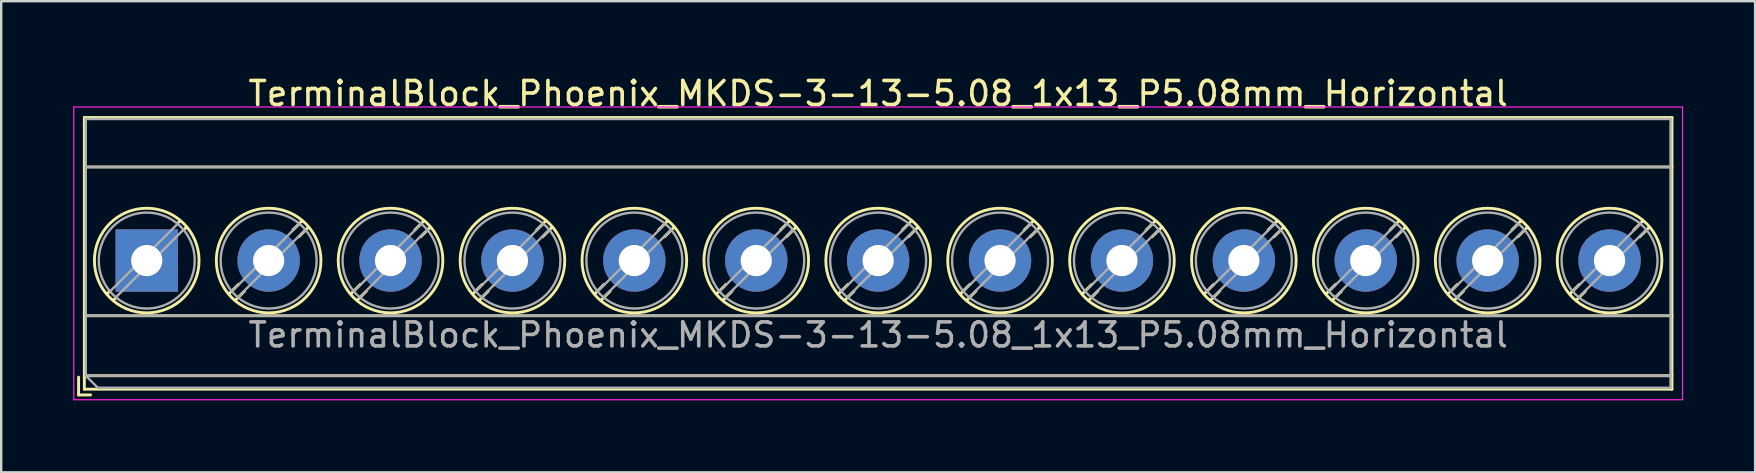
<source format=kicad_pcb>
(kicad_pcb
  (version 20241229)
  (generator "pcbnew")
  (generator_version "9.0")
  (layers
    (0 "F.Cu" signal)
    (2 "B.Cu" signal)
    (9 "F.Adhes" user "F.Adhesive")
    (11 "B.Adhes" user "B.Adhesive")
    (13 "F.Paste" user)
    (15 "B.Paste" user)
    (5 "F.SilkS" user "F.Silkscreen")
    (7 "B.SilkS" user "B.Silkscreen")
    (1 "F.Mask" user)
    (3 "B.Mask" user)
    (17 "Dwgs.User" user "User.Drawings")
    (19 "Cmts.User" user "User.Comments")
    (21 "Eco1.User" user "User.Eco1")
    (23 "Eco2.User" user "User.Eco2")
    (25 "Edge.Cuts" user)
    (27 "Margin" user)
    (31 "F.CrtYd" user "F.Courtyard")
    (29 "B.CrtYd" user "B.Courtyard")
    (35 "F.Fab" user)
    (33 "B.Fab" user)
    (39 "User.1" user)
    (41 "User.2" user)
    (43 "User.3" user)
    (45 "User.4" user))
  (footprint "TerminalBlock_Phoenix_MKDS-3-13-5.08_1x13_P5.08mm_Horizontal"
    (layer "F.Cu")
    (at 3.065 7.808)
    (property "Reference" "TerminalBlock_Phoenix_MKDS-3-13-5.08_1x13_P5.08mm_Horizontal" (at 30.48 -6.96 0) (layer "F.SilkS") (effects (font (size 1 1) (thickness 0.15))))
    (attr through_hole)
    (fp_line (start -2.84 4.86) (end -2.84 5.6) (stroke (width 0.12) (type solid)) (layer "F.SilkS"))
    (fp_line (start -2.84 5.6) (end -2.34 5.6) (stroke (width 0.12) (type solid)) (layer "F.SilkS"))
    (fp_line (start -2.6 -5.96) (end -2.6 5.36) (stroke (width 0.12) (type solid)) (layer "F.SilkS"))
    (fp_line (start -2.6 -5.96) (end 63.561 -5.96) (stroke (width 0.12) (type solid)) (layer "F.SilkS"))
    (fp_line (start -2.6 -3.9) (end 63.561 -3.9) (stroke (width 0.12) (type solid)) (layer "F.SilkS"))
    (fp_line (start -2.6 2.3) (end 63.561 2.3) (stroke (width 0.12) (type solid)) (layer "F.SilkS"))
    (fp_line (start -2.6 4.8) (end 63.561 4.8) (stroke (width 0.12) (type solid)) (layer "F.SilkS"))
    (fp_line (start -2.6 5.36) (end 63.561 5.36) (stroke (width 0.12) (type solid)) (layer "F.SilkS"))
    (fp_line (start -1.548 1.281) (end -1.654 1.388) (stroke (width 0.12) (type solid)) (layer "F.SilkS"))
    (fp_line (start -1.282 1.547) (end -1.388 1.654) (stroke (width 0.12) (type solid)) (layer "F.SilkS"))
    (fp_line (start 1.388 -1.654) (end 1.281 -1.547) (stroke (width 0.12) (type solid)) (layer "F.SilkS"))
    (fp_line (start 1.654 -1.388) (end 1.547 -1.281) (stroke (width 0.12) (type solid)) (layer "F.SilkS"))
    (fp_line (start 3.822 0.992) (end 3.427 1.388) (stroke (width 0.12) (type solid)) (layer "F.SilkS"))
    (fp_line (start 4.073 1.274) (end 3.693 1.654) (stroke (width 0.12) (type solid)) (layer "F.SilkS"))
    (fp_line (start 6.468 -1.654) (end 6.088 -1.274) (stroke (width 0.12) (type solid)) (layer "F.SilkS"))
    (fp_line (start 6.734 -1.388) (end 6.339 -0.992) (stroke (width 0.12) (type solid)) (layer "F.SilkS"))
    (fp_line (start 8.902 0.992) (end 8.507 1.388) (stroke (width 0.12) (type solid)) (layer "F.SilkS"))
    (fp_line (start 9.153 1.274) (end 8.773 1.654) (stroke (width 0.12) (type solid)) (layer "F.SilkS"))
    (fp_line (start 11.548 -1.654) (end 11.168 -1.274) (stroke (width 0.12) (type solid)) (layer "F.SilkS"))
    (fp_line (start 11.814 -1.388) (end 11.419 -0.992) (stroke (width 0.12) (type solid)) (layer "F.SilkS"))
    (fp_line (start 13.982 0.992) (end 13.587 1.388) (stroke (width 0.12) (type solid)) (layer "F.SilkS"))
    (fp_line (start 14.233 1.274) (end 13.853 1.654) (stroke (width 0.12) (type solid)) (layer "F.SilkS"))
    (fp_line (start 16.628 -1.654) (end 16.248 -1.274) (stroke (width 0.12) (type solid)) (layer "F.SilkS"))
    (fp_line (start 16.894 -1.388) (end 16.499 -0.992) (stroke (width 0.12) (type solid)) (layer "F.SilkS"))
    (fp_line (start 19.062 0.992) (end 18.667 1.388) (stroke (width 0.12) (type solid)) (layer "F.SilkS"))
    (fp_line (start 19.313 1.274) (end 18.933 1.654) (stroke (width 0.12) (type solid)) (layer "F.SilkS"))
    (fp_line (start 21.708 -1.654) (end 21.328 -1.274) (stroke (width 0.12) (type solid)) (layer "F.SilkS"))
    (fp_line (start 21.974 -1.388) (end 21.579 -0.992) (stroke (width 0.12) (type solid)) (layer "F.SilkS"))
    (fp_line (start 24.142 0.992) (end 23.747 1.388) (stroke (width 0.12) (type solid)) (layer "F.SilkS"))
    (fp_line (start 24.393 1.274) (end 24.013 1.654) (stroke (width 0.12) (type solid)) (layer "F.SilkS"))
    (fp_line (start 26.788 -1.654) (end 26.408 -1.274) (stroke (width 0.12) (type solid)) (layer "F.SilkS"))
    (fp_line (start 27.054 -1.388) (end 26.659 -0.992) (stroke (width 0.12) (type solid)) (layer "F.SilkS"))
    (fp_line (start 29.222 0.992) (end 28.827 1.388) (stroke (width 0.12) (type solid)) (layer "F.SilkS"))
    (fp_line (start 29.473 1.274) (end 29.093 1.654) (stroke (width 0.12) (type solid)) (layer "F.SilkS"))
    (fp_line (start 31.868 -1.654) (end 31.488 -1.274) (stroke (width 0.12) (type solid)) (layer "F.SilkS"))
    (fp_line (start 32.134 -1.388) (end 31.739 -0.992) (stroke (width 0.12) (type solid)) (layer "F.SilkS"))
    (fp_line (start 34.302 0.992) (end 33.907 1.388) (stroke (width 0.12) (type solid)) (layer "F.SilkS"))
    (fp_line (start 34.553 1.274) (end 34.173 1.654) (stroke (width 0.12) (type solid)) (layer "F.SilkS"))
    (fp_line (start 36.948 -1.654) (end 36.568 -1.274) (stroke (width 0.12) (type solid)) (layer "F.SilkS"))
    (fp_line (start 37.214 -1.388) (end 36.819 -0.992) (stroke (width 0.12) (type solid)) (layer "F.SilkS"))
    (fp_line (start 39.382 0.992) (end 38.987 1.388) (stroke (width 0.12) (type solid)) (layer "F.SilkS"))
    (fp_line (start 39.633 1.274) (end 39.253 1.654) (stroke (width 0.12) (type solid)) (layer "F.SilkS"))
    (fp_line (start 42.028 -1.654) (end 41.648 -1.274) (stroke (width 0.12) (type solid)) (layer "F.SilkS"))
    (fp_line (start 42.294 -1.388) (end 41.899 -0.992) (stroke (width 0.12) (type solid)) (layer "F.SilkS"))
    (fp_line (start 44.462 0.992) (end 44.067 1.388) (stroke (width 0.12) (type solid)) (layer "F.SilkS"))
    (fp_line (start 44.713 1.274) (end 44.333 1.654) (stroke (width 0.12) (type solid)) (layer "F.SilkS"))
    (fp_line (start 47.108 -1.654) (end 46.728 -1.274) (stroke (width 0.12) (type solid)) (layer "F.SilkS"))
    (fp_line (start 47.374 -1.388) (end 46.979 -0.992) (stroke (width 0.12) (type solid)) (layer "F.SilkS"))
    (fp_line (start 49.542 0.992) (end 49.147 1.388) (stroke (width 0.12) (type solid)) (layer "F.SilkS"))
    (fp_line (start 49.793 1.274) (end 49.413 1.654) (stroke (width 0.12) (type solid)) (layer "F.SilkS"))
    (fp_line (start 52.188 -1.654) (end 51.808 -1.274) (stroke (width 0.12) (type solid)) (layer "F.SilkS"))
    (fp_line (start 52.454 -1.388) (end 52.059 -0.992) (stroke (width 0.12) (type solid)) (layer "F.SilkS"))
    (fp_line (start 54.622 0.992) (end 54.227 1.388) (stroke (width 0.12) (type solid)) (layer "F.SilkS"))
    (fp_line (start 54.873 1.274) (end 54.493 1.654) (stroke (width 0.12) (type solid)) (layer "F.SilkS"))
    (fp_line (start 57.268 -1.654) (end 56.888 -1.274) (stroke (width 0.12) (type solid)) (layer "F.SilkS"))
    (fp_line (start 57.534 -1.388) (end 57.139 -0.992) (stroke (width 0.12) (type solid)) (layer "F.SilkS"))
    (fp_line (start 59.702 0.992) (end 59.307 1.388) (stroke (width 0.12) (type solid)) (layer "F.SilkS"))
    (fp_line (start 59.953 1.274) (end 59.573 1.654) (stroke (width 0.12) (type solid)) (layer "F.SilkS"))
    (fp_line (start 62.348 -1.654) (end 61.968 -1.274) (stroke (width 0.12) (type solid)) (layer "F.SilkS"))
    (fp_line (start 62.614 -1.388) (end 62.219 -0.992) (stroke (width 0.12) (type solid)) (layer "F.SilkS"))
    (fp_line (start 63.561 -5.96) (end 63.561 5.36) (stroke (width 0.12) (type solid)) (layer "F.SilkS"))
    (fp_circle (center 0 0) (end 2.18 0) (stroke (width 0.12) (type solid)) (fill no) (layer "F.SilkS"))
    (fp_circle (center 5.08 0) (end 7.26 0) (stroke (width 0.12) (type solid)) (fill no) (layer "F.SilkS"))
    (fp_circle (center 10.16 0) (end 12.34 0) (stroke (width 0.12) (type solid)) (fill no) (layer "F.SilkS"))
    (fp_circle (center 15.24 0) (end 17.42 0) (stroke (width 0.12) (type solid)) (fill no) (layer "F.SilkS"))
    (fp_circle (center 20.32 0) (end 22.5 0) (stroke (width 0.12) (type solid)) (fill no) (layer "F.SilkS"))
    (fp_circle (center 25.4 0) (end 27.58 0) (stroke (width 0.12) (type solid)) (fill no) (layer "F.SilkS"))
    (fp_circle (center 30.48 0) (end 32.66 0) (stroke (width 0.12) (type solid)) (fill no) (layer "F.SilkS"))
    (fp_circle (center 35.56 0) (end 37.74 0) (stroke (width 0.12) (type solid)) (fill no) (layer "F.SilkS"))
    (fp_circle (center 40.64 0) (end 42.82 0) (stroke (width 0.12) (type solid)) (fill no) (layer "F.SilkS"))
    (fp_circle (center 45.72 0) (end 47.9 0) (stroke (width 0.12) (type solid)) (fill no) (layer "F.SilkS"))
    (fp_circle (center 50.8 0) (end 52.98 0) (stroke (width 0.12) (type solid)) (fill no) (layer "F.SilkS"))
    (fp_circle (center 55.88 0) (end 58.06 0) (stroke (width 0.12) (type solid)) (fill no) (layer "F.SilkS"))
    (fp_circle (center 60.96 0) (end 63.14 0) (stroke (width 0.12) (type solid)) (fill no) (layer "F.SilkS"))
    (fp_line (start -3.04 -6.4) (end -3.04 5.8) (stroke (width 0.05) (type solid)) (layer "F.CrtYd"))
    (fp_line (start -3.04 5.8) (end 64 5.8) (stroke (width 0.05) (type solid)) (layer "F.CrtYd"))
    (fp_line (start 64 -6.4) (end -3.04 -6.4) (stroke (width 0.05) (type solid)) (layer "F.CrtYd"))
    (fp_line (start 64 5.8) (end 64 -6.4) (stroke (width 0.05) (type solid)) (layer "F.CrtYd"))
    (fp_line (start -2.54 -5.9) (end 63.5 -5.9) (stroke (width 0.1) (type solid)) (layer "F.Fab"))
    (fp_line (start -2.54 -3.9) (end 63.5 -3.9) (stroke (width 0.1) (type solid)) (layer "F.Fab"))
    (fp_line (start -2.54 2.3) (end 63.5 2.3) (stroke (width 0.1) (type solid)) (layer "F.Fab"))
    (fp_line (start -2.54 4.8) (end -2.54 -5.9) (stroke (width 0.1) (type solid)) (layer "F.Fab"))
    (fp_line (start -2.54 4.8) (end 63.5 4.8) (stroke (width 0.1) (type solid)) (layer "F.Fab"))
    (fp_line (start -2.04 5.3) (end -2.54 4.8) (stroke (width 0.1) (type solid)) (layer "F.Fab"))
    (fp_line (start 1.273 -1.517) (end -1.517 1.273) (stroke (width 0.1) (type solid)) (layer "F.Fab"))
    (fp_line (start 1.517 -1.273) (end -1.273 1.517) (stroke (width 0.1) (type solid)) (layer "F.Fab"))
    (fp_line (start 6.353 -1.517) (end 3.564 1.273) (stroke (width 0.1) (type solid)) (layer "F.Fab"))
    (fp_line (start 6.597 -1.273) (end 3.808 1.517) (stroke (width 0.1) (type solid)) (layer "F.Fab"))
    (fp_line (start 11.433 -1.517) (end 8.644 1.273) (stroke (width 0.1) (type solid)) (layer "F.Fab"))
    (fp_line (start 11.677 -1.273) (end 8.888 1.517) (stroke (width 0.1) (type solid)) (layer "F.Fab"))
    (fp_line (start 16.513 -1.517) (end 13.724 1.273) (stroke (width 0.1) (type solid)) (layer "F.Fab"))
    (fp_line (start 16.757 -1.273) (end 13.968 1.517) (stroke (width 0.1) (type solid)) (layer "F.Fab"))
    (fp_line (start 21.593 -1.517) (end 18.804 1.273) (stroke (width 0.1) (type solid)) (layer "F.Fab"))
    (fp_line (start 21.837 -1.273) (end 19.048 1.517) (stroke (width 0.1) (type solid)) (layer "F.Fab"))
    (fp_line (start 26.673 -1.517) (end 23.884 1.273) (stroke (width 0.1) (type solid)) (layer "F.Fab"))
    (fp_line (start 26.917 -1.273) (end 24.128 1.517) (stroke (width 0.1) (type solid)) (layer "F.Fab"))
    (fp_line (start 31.753 -1.517) (end 28.964 1.273) (stroke (width 0.1) (type solid)) (layer "F.Fab"))
    (fp_line (start 31.997 -1.273) (end 29.208 1.517) (stroke (width 0.1) (type solid)) (layer "F.Fab"))
    (fp_line (start 36.833 -1.517) (end 34.044 1.273) (stroke (width 0.1) (type solid)) (layer "F.Fab"))
    (fp_line (start 37.077 -1.273) (end 34.288 1.517) (stroke (width 0.1) (type solid)) (layer "F.Fab"))
    (fp_line (start 41.913 -1.517) (end 39.124 1.273) (stroke (width 0.1) (type solid)) (layer "F.Fab"))
    (fp_line (start 42.157 -1.273) (end 39.368 1.517) (stroke (width 0.1) (type solid)) (layer "F.Fab"))
    (fp_line (start 46.993 -1.517) (end 44.204 1.273) (stroke (width 0.1) (type solid)) (layer "F.Fab"))
    (fp_line (start 47.237 -1.273) (end 44.448 1.517) (stroke (width 0.1) (type solid)) (layer "F.Fab"))
    (fp_line (start 52.073 -1.517) (end 49.284 1.273) (stroke (width 0.1) (type solid)) (layer "F.Fab"))
    (fp_line (start 52.317 -1.273) (end 49.528 1.517) (stroke (width 0.1) (type solid)) (layer "F.Fab"))
    (fp_line (start 57.153 -1.517) (end 54.364 1.273) (stroke (width 0.1) (type solid)) (layer "F.Fab"))
    (fp_line (start 57.397 -1.273) (end 54.608 1.517) (stroke (width 0.1) (type solid)) (layer "F.Fab"))
    (fp_line (start 62.233 -1.517) (end 59.444 1.273) (stroke (width 0.1) (type solid)) (layer "F.Fab"))
    (fp_line (start 62.477 -1.273) (end 59.688 1.517) (stroke (width 0.1) (type solid)) (layer "F.Fab"))
    (fp_line (start 63.5 -5.9) (end 63.5 5.3) (stroke (width 0.1) (type solid)) (layer "F.Fab"))
    (fp_line (start 63.5 5.3) (end -2.04 5.3) (stroke (width 0.1) (type solid)) (layer "F.Fab"))
    (fp_circle (center 0 0) (end 2 0) (stroke (width 0.1) (type solid)) (fill no) (layer "F.Fab"))
    (fp_circle (center 5.08 0) (end 7.08 0) (stroke (width 0.1) (type solid)) (fill no) (layer "F.Fab"))
    (fp_circle (center 10.16 0) (end 12.16 0) (stroke (width 0.1) (type solid)) (fill no) (layer "F.Fab"))
    (fp_circle (center 15.24 0) (end 17.24 0) (stroke (width 0.1) (type solid)) (fill no) (layer "F.Fab"))
    (fp_circle (center 20.32 0) (end 22.32 0) (stroke (width 0.1) (type solid)) (fill no) (layer "F.Fab"))
    (fp_circle (center 25.4 0) (end 27.4 0) (stroke (width 0.1) (type solid)) (fill no) (layer "F.Fab"))
    (fp_circle (center 30.48 0) (end 32.48 0) (stroke (width 0.1) (type solid)) (fill no) (layer "F.Fab"))
    (fp_circle (center 35.56 0) (end 37.56 0) (stroke (width 0.1) (type solid)) (fill no) (layer "F.Fab"))
    (fp_circle (center 40.64 0) (end 42.64 0) (stroke (width 0.1) (type solid)) (fill no) (layer "F.Fab"))
    (fp_circle (center 45.72 0) (end 47.72 0) (stroke (width 0.1) (type solid)) (fill no) (layer "F.Fab"))
    (fp_circle (center 50.8 0) (end 52.8 0) (stroke (width 0.1) (type solid)) (fill no) (layer "F.Fab"))
    (fp_circle (center 55.88 0) (end 57.88 0) (stroke (width 0.1) (type solid)) (fill no) (layer "F.Fab"))
    (fp_circle (center 60.96 0) (end 62.96 0) (stroke (width 0.1) (type solid)) (fill no) (layer "F.Fab"))
    (fp_text user "${REFERENCE}" (at 30.48 3.1 0) (layer "F.Fab") (effects (font (size 1 1) (thickness 0.15))))
    (pad "1" thru_hole rect (at 0 0) (size 2.6 2.6) (drill 1.3) (layers "*.Cu" "*.Mask"))
    (pad "2" thru_hole circle (at 5.08 0) (size 2.6 2.6) (drill 1.3) (layers "*.Cu" "*.Mask"))
    (pad "3" thru_hole circle (at 10.16 0) (size 2.6 2.6) (drill 1.3) (layers "*.Cu" "*.Mask"))
    (pad "4" thru_hole circle (at 15.24 0) (size 2.6 2.6) (drill 1.3) (layers "*.Cu" "*.Mask"))
    (pad "5" thru_hole circle (at 20.32 0) (size 2.6 2.6) (drill 1.3) (layers "*.Cu" "*.Mask"))
    (pad "6" thru_hole circle (at 25.4 0) (size 2.6 2.6) (drill 1.3) (layers "*.Cu" "*.Mask"))
    (pad "7" thru_hole circle (at 30.48 0) (size 2.6 2.6) (drill 1.3) (layers "*.Cu" "*.Mask"))
    (pad "8" thru_hole circle (at 35.56 0) (size 2.6 2.6) (drill 1.3) (layers "*.Cu" "*.Mask"))
    (pad "9" thru_hole circle (at 40.64 0) (size 2.6 2.6) (drill 1.3) (layers "*.Cu" "*.Mask"))
    (pad "10" thru_hole circle (at 45.72 0) (size 2.6 2.6) (drill 1.3) (layers "*.Cu" "*.Mask"))
    (pad "11" thru_hole circle (at 50.8 0) (size 2.6 2.6) (drill 1.3) (layers "*.Cu" "*.Mask"))
    (pad "12" thru_hole circle (at 55.88 0) (size 2.6 2.6) (drill 1.3) (layers "*.Cu" "*.Mask"))
    (pad "13" thru_hole circle (at 60.96 0) (size 2.6 2.6) (drill 1.3) (layers "*.Cu" "*.Mask")))
  (gr_rect
    (start -3 -3)
    (end 70.09 16.633)
    (stroke (width 0.1) (type default))
    (fill no)
    (layer "Edge.Cuts")))
</source>
